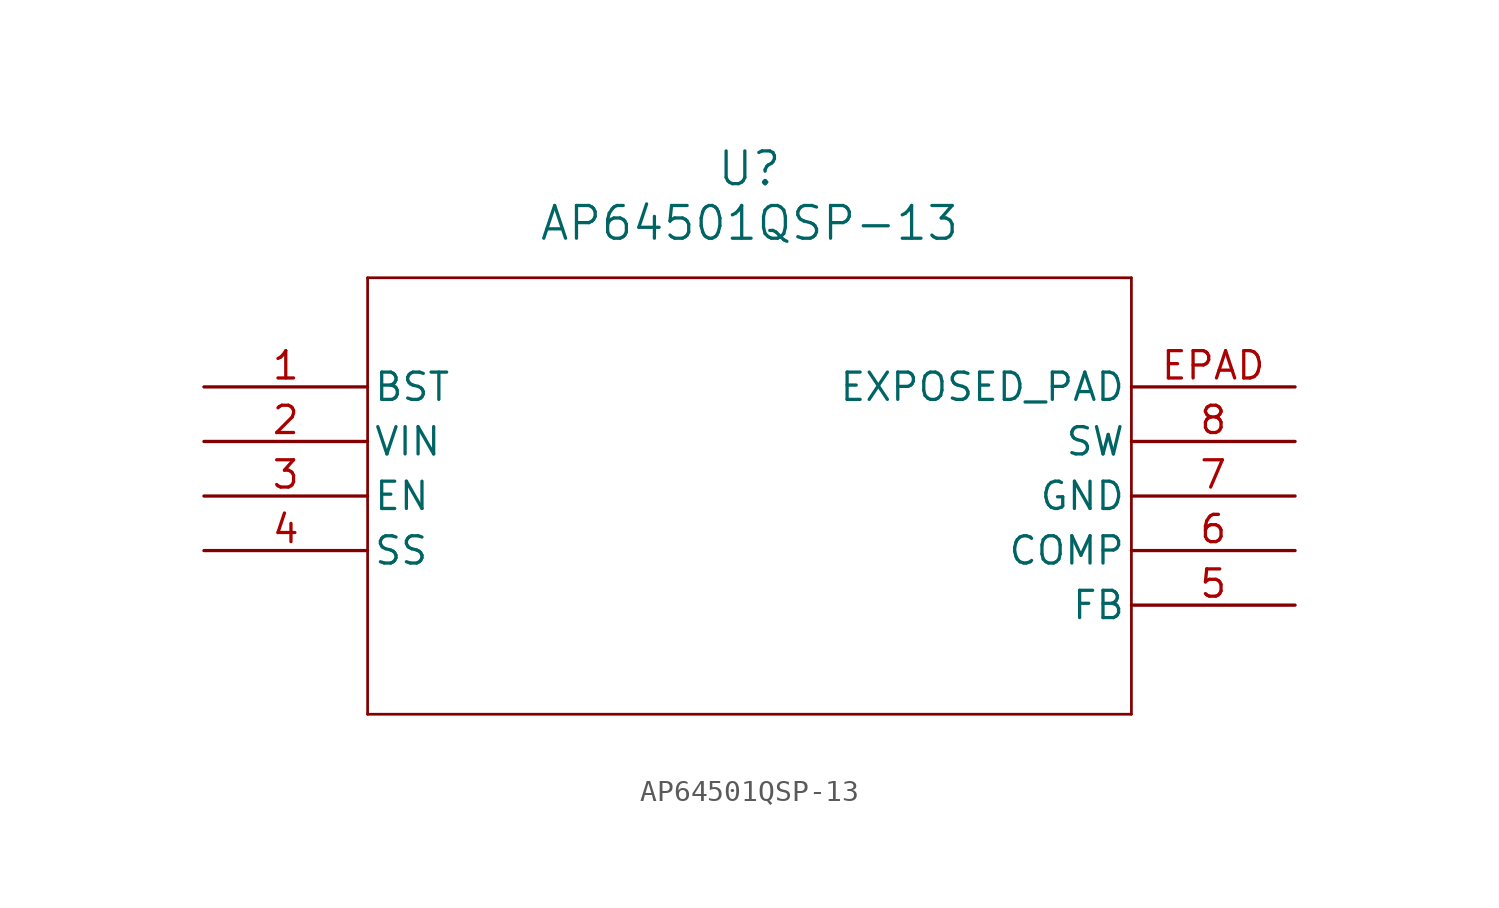
<source format=kicad_sym>
(kicad_symbol_lib
  (version 20211014)
  (generator kicad_symbol_editor)
  (symbol "AP64501QSP-13"
    (pin_names
      (offset 0.254))
    (property "Reference" "U"
      (at 25.4 10.16 0)
      (effects (font (size 1.524 1.524))))
    (property "Value" "AP64501QSP-13"
      (at 25.4 7.62 0)
      (effects (font (size 1.524 1.524))))
    (symbol "AP64501QSP-13_0_1"
      (polyline (pts (xy 7.62 5.08) (xy 7.62 -15.24)) (stroke (width 0.127) (type default) (color 0 0 0 0)) (fill (type none)))
      (polyline (pts (xy 7.62 -15.24) (xy 43.18 -15.24)) (stroke (width 0.127) (type default) (color 0 0 0 0)) (fill (type none)))
      (polyline (pts (xy 43.18 -15.24) (xy 43.18 5.08)) (stroke (width 0.127) (type default) (color 0 0 0 0)) (fill (type none)))
      (polyline (pts (xy 43.18 5.08) (xy 7.62 5.08)) (stroke (width 0.127) (type default) (color 0 0 0 0)) (fill (type none)))
      (pin input line (at 0 0 0) (length 7.62) (name "BST" (effects (font (size 1.27 1.27)))) (number "1" (effects (font (size 1.27 1.27)))))
      (pin power_in line (at 0 -2.54 0) (length 7.62) (name "VIN" (effects (font (size 1.27 1.27)))) (number "2" (effects (font (size 1.27 1.27)))))
      (pin input line (at 0 -5.08 0) (length 7.62) (name "EN" (effects (font (size 1.27 1.27)))) (number "3" (effects (font (size 1.27 1.27)))))
      (pin unspecified line (at 0 -7.62 0) (length 7.62) (name "SS" (effects (font (size 1.27 1.27)))) (number "4" (effects (font (size 1.27 1.27)))))
      (pin output line (at 50.8 -10.16 180) (length 7.62) (name "FB" (effects (font (size 1.27 1.27)))) (number "5" (effects (font (size 1.27 1.27)))))
      (pin unspecified line (at 50.8 -7.62 180) (length 7.62) (name "COMP" (effects (font (size 1.27 1.27)))) (number "6" (effects (font (size 1.27 1.27)))))
      (pin power_out line (at 50.8 -5.08 180) (length 7.62) (name "GND" (effects (font (size 1.27 1.27)))) (number "7" (effects (font (size 1.27 1.27)))))
      (pin output line (at 50.8 -2.54 180) (length 7.62) (name "SW" (effects (font (size 1.27 1.27)))) (number "8" (effects (font (size 1.27 1.27)))))
      (pin power_out line (at 50.8 0 180) (length 7.62) (name "EXPOSED PAD" (effects (font (size 1.27 1.27)))) (number "EPAD" (effects (font (size 1.27 1.27))))))))
</source>
